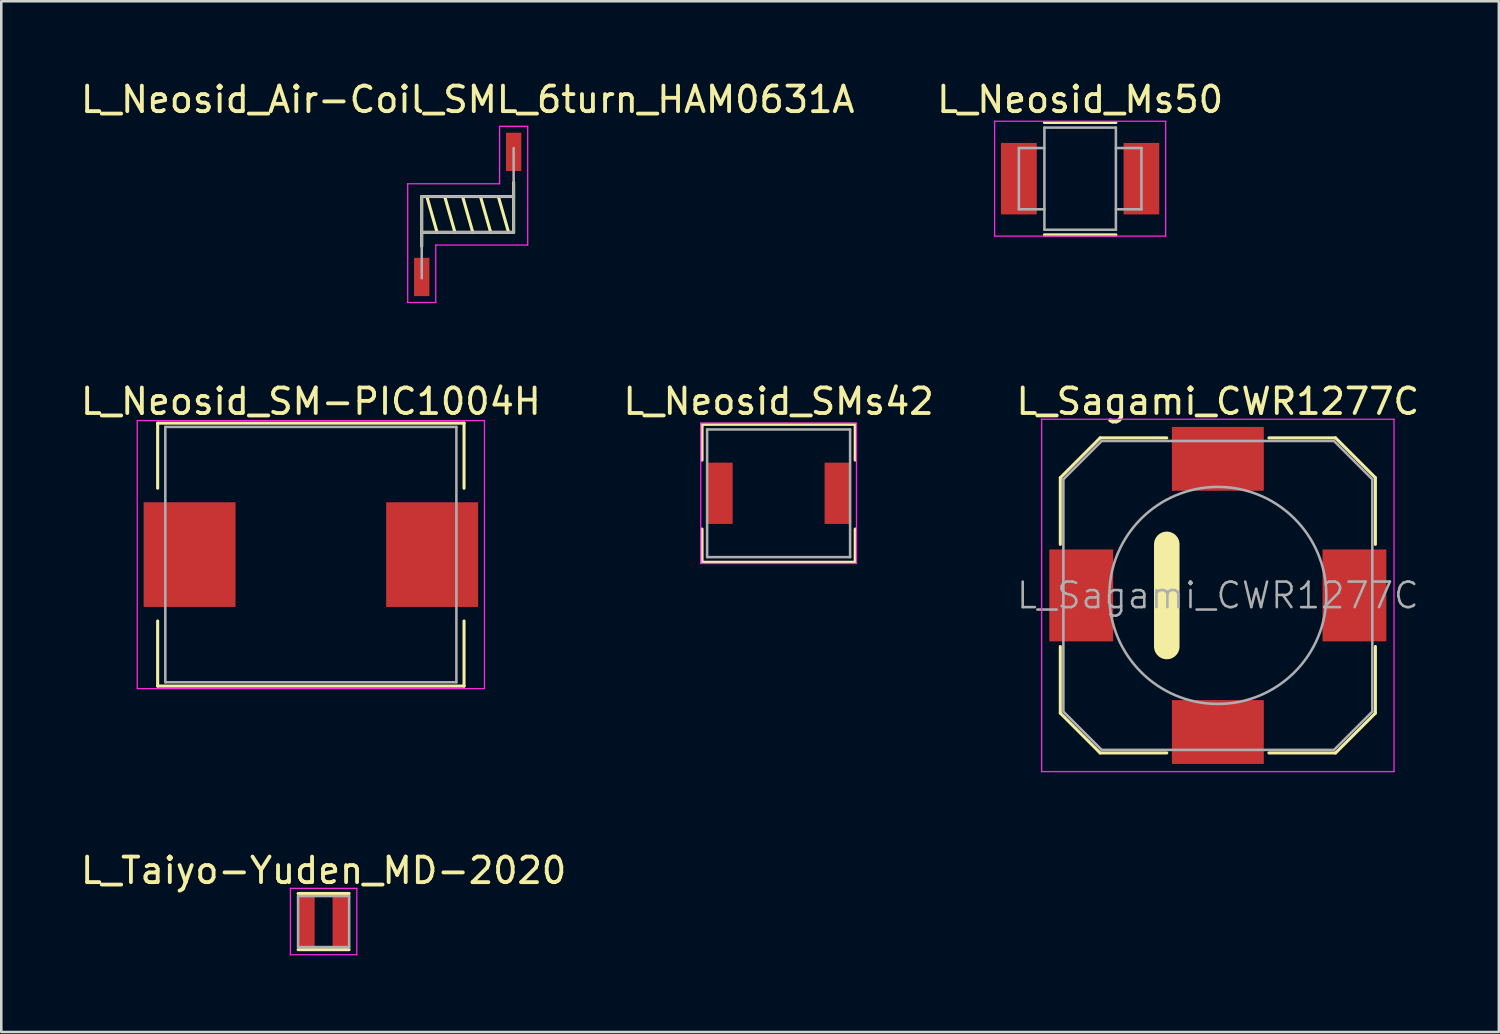
<source format=kicad_pcb>
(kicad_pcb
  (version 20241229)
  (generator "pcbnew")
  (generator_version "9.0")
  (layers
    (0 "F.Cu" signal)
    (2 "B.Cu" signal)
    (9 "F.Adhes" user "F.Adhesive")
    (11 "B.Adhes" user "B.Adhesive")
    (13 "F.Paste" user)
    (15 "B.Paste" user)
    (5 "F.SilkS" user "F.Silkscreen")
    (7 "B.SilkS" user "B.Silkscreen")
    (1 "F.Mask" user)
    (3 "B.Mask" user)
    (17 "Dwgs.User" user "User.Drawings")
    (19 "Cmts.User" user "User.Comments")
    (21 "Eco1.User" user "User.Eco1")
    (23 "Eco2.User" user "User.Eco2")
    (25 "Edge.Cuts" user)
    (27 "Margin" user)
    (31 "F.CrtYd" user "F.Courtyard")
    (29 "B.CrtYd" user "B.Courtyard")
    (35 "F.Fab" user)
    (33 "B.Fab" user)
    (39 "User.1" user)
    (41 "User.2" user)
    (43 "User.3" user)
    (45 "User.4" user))
  (footprint "L_Taiyo-Yuden_MD-2020"
    (layer "F.Cu")
    (at 9.625 33.045)
    (property "Reference" "L_Taiyo-Yuden_MD-2020" (at 0 -2 0) (layer "F.SilkS") (effects (font (size 1 1) (thickness 0.15))))
    (attr smd)
    (fp_line (start -1 -1.1) (end 1 -1.1) (stroke (width 0.12) (type solid)) (layer "F.SilkS"))
    (fp_line (start -1 1.1) (end 1 1.1) (stroke (width 0.12) (type solid)) (layer "F.SilkS"))
    (fp_line (start -1.3 -1.3) (end -1.3 1.3) (stroke (width 0.05) (type solid)) (layer "F.CrtYd"))
    (fp_line (start -1.3 1.3) (end 1.3 1.3) (stroke (width 0.05) (type solid)) (layer "F.CrtYd"))
    (fp_line (start 1.3 -1.3) (end -1.3 -1.3) (stroke (width 0.05) (type solid)) (layer "F.CrtYd"))
    (fp_line (start 1.3 1.3) (end 1.3 -1.3) (stroke (width 0.05) (type solid)) (layer "F.CrtYd"))
    (fp_line (start -1 -1) (end -1 1) (stroke (width 0.1) (type solid)) (layer "F.Fab"))
    (fp_line (start -1 1) (end 1 1) (stroke (width 0.1) (type solid)) (layer "F.Fab"))
    (fp_line (start 1 -1) (end -1 -1) (stroke (width 0.1) (type solid)) (layer "F.Fab"))
    (fp_line (start 1 1) (end 1 -1) (stroke (width 0.1) (type solid)) (layer "F.Fab"))
    (pad "1" smd rect (at -0.675 0) (size 0.65 2) (layers "F.Cu" "F.Mask" "F.Paste"))
    (pad "2" smd rect (at 0.675 0) (size 0.65 2) (layers "F.Cu" "F.Mask" "F.Paste")))
  (footprint "L_Neosid_Air-Coil_SML_6turn_HAM0631A"
    (layer "F.Cu")
    (at 15.268 5.348)
    (property "Reference" "L_Neosid_Air-Coil_SML_6turn_HAM0631A" (at 0 -4.5 0) (layer "F.SilkS") (effects (font (size 1 1) (thickness 0.15))))
    (attr smd)
    (fp_line (start -1.8 -0.7) (end -1.8 1.25) (stroke (width 0.12) (type solid)) (layer "F.SilkS"))
    (fp_line (start -1.8 -0.7) (end 1.8 -0.7) (stroke (width 0.12) (type solid)) (layer "F.SilkS"))
    (fp_line (start -1.6 -0.7) (end -1.2 0.7) (stroke (width 0.12) (type solid)) (layer "F.SilkS"))
    (fp_line (start -0.9 -0.7) (end -0.5 0.7) (stroke (width 0.12) (type solid)) (layer "F.SilkS"))
    (fp_line (start -0.2 -0.7) (end 0.2 0.7) (stroke (width 0.12) (type solid)) (layer "F.SilkS"))
    (fp_line (start 0.5 -0.7) (end 0.9 0.7) (stroke (width 0.12) (type solid)) (layer "F.SilkS"))
    (fp_line (start 1.2 -0.7) (end 1.6 0.7) (stroke (width 0.12) (type solid)) (layer "F.SilkS"))
    (fp_line (start 1.8 0.7) (end -1.8 0.7) (stroke (width 0.12) (type solid)) (layer "F.SilkS"))
    (fp_line (start 1.8 0.7) (end 1.8 -1.25) (stroke (width 0.12) (type solid)) (layer "F.SilkS"))
    (fp_line (start -2.35 -1.2) (end -2.35 3.45) (stroke (width 0.05) (type solid)) (layer "F.CrtYd"))
    (fp_line (start -2.35 3.45) (end -1.25 3.45) (stroke (width 0.05) (type solid)) (layer "F.CrtYd"))
    (fp_line (start -1.25 1.2) (end 2.35 1.2) (stroke (width 0.05) (type solid)) (layer "F.CrtYd"))
    (fp_line (start -1.25 3.45) (end -1.25 1.2) (stroke (width 0.05) (type solid)) (layer "F.CrtYd"))
    (fp_line (start 1.25 -3.45) (end 1.25 -1.2) (stroke (width 0.05) (type solid)) (layer "F.CrtYd"))
    (fp_line (start 1.25 -1.2) (end -2.35 -1.2) (stroke (width 0.05) (type solid)) (layer "F.CrtYd"))
    (fp_line (start 2.35 -3.45) (end 1.25 -3.45) (stroke (width 0.05) (type solid)) (layer "F.CrtYd"))
    (fp_line (start 2.35 1.2) (end 2.35 -3.45) (stroke (width 0.05) (type solid)) (layer "F.CrtYd"))
    (fp_line (start -1.8 -0.7) (end 1.8 -0.7) (stroke (width 0.1) (type solid)) (layer "F.Fab"))
    (fp_line (start -1.8 0.7) (end 1.8 0.7) (stroke (width 0.1) (type solid)) (layer "F.Fab"))
    (fp_line (start -1.8 2.5) (end -1.8 -0.7) (stroke (width 0.1) (type solid)) (layer "F.Fab"))
    (fp_line (start 1.8 0.7) (end 1.8 -2.6) (stroke (width 0.1) (type solid)) (layer "F.Fab"))
    (pad "1" smd rect (at -1.8 2.45) (size 0.6 1.5) (layers "F.Cu" "F.Mask" "F.Paste"))
    (pad "2" smd rect (at 1.8 -2.45) (size 0.6 1.5) (layers "F.Cu" "F.Mask" "F.Paste")))
  (footprint "L_Neosid_SM-PIC1004H"
    (layer "F.Cu")
    (at 9.125 18.672)
    (property "Reference" "L_Neosid_SM-PIC1004H" (at 0 -6 0) (layer "F.SilkS") (effects (font (size 1 1) (thickness 0.15))))
    (attr smd)
    (fp_line (start -6 -5.15) (end -6 -2.6) (stroke (width 0.12) (type solid)) (layer "F.SilkS"))
    (fp_line (start -6 2.6) (end -6 5.15) (stroke (width 0.12) (type solid)) (layer "F.SilkS"))
    (fp_line (start -6 5.15) (end 6 5.15) (stroke (width 0.12) (type solid)) (layer "F.SilkS"))
    (fp_line (start 6 -5.15) (end -6 -5.15) (stroke (width 0.12) (type solid)) (layer "F.SilkS"))
    (fp_line (start 6 -2.6) (end 6 -5.15) (stroke (width 0.12) (type solid)) (layer "F.SilkS"))
    (fp_line (start 6 5.15) (end 6 2.6) (stroke (width 0.12) (type solid)) (layer "F.SilkS"))
    (fp_line (start -6.8 -5.25) (end -6.8 5.25) (stroke (width 0.05) (type solid)) (layer "F.CrtYd"))
    (fp_line (start -6.8 -5.25) (end 6.8 -5.25) (stroke (width 0.05) (type solid)) (layer "F.CrtYd"))
    (fp_line (start 6.8 5.25) (end -6.8 5.25) (stroke (width 0.05) (type solid)) (layer "F.CrtYd"))
    (fp_line (start 6.8 5.25) (end 6.8 -5.25) (stroke (width 0.05) (type solid)) (layer "F.CrtYd"))
    (fp_line (start -5.7 -5) (end 5.7 -5) (stroke (width 0.1) (type solid)) (layer "F.Fab"))
    (fp_line (start -5.7 5) (end -5.7 -5) (stroke (width 0.1) (type solid)) (layer "F.Fab"))
    (fp_line (start 5.7 -5) (end 5.7 5) (stroke (width 0.1) (type solid)) (layer "F.Fab"))
    (fp_line (start 5.7 5) (end -5.7 5) (stroke (width 0.1) (type solid)) (layer "F.Fab"))
    (pad "1" smd rect (at -4.75 0) (size 3.6 4.1) (layers "F.Cu" "F.Mask" "F.Paste"))
    (pad "2" smd rect (at 4.75 0) (size 3.6 4.1) (layers "F.Cu" "F.Mask" "F.Paste")))
  (footprint "L_Neosid_SMs42"
    (layer "F.Cu")
    (at 27.446 16.271)
    (property "Reference" "L_Neosid_SMs42" (at 0 -3.6 0) (layer "F.SilkS") (effects (font (size 1 1) (thickness 0.15))))
    (attr smd)
    (fp_line (start -3 -2.7) (end 3 -2.7) (stroke (width 0.12) (type solid)) (layer "F.SilkS"))
    (fp_line (start -3 -1.3) (end -3 -2.7) (stroke (width 0.12) (type solid)) (layer "F.SilkS"))
    (fp_line (start -3 2.7) (end -3 1.4) (stroke (width 0.12) (type solid)) (layer "F.SilkS"))
    (fp_line (start 3 -2.7) (end 3 -1.3) (stroke (width 0.12) (type solid)) (layer "F.SilkS"))
    (fp_line (start 3 1.4) (end 3 2.7) (stroke (width 0.12) (type solid)) (layer "F.SilkS"))
    (fp_line (start 3 2.7) (end -3 2.7) (stroke (width 0.12) (type solid)) (layer "F.SilkS"))
    (fp_line (start -3.05 -2.75) (end -3.05 2.75) (stroke (width 0.05) (type solid)) (layer "F.CrtYd"))
    (fp_line (start -3.05 -2.75) (end 3.05 -2.75) (stroke (width 0.05) (type solid)) (layer "F.CrtYd"))
    (fp_line (start 3.05 2.75) (end -3.05 2.75) (stroke (width 0.05) (type solid)) (layer "F.CrtYd"))
    (fp_line (start 3.05 2.75) (end 3.05 -2.75) (stroke (width 0.05) (type solid)) (layer "F.CrtYd"))
    (fp_line (start -2.8 -2.5) (end 2.8 -2.5) (stroke (width 0.1) (type solid)) (layer "F.Fab"))
    (fp_line (start -2.8 2.5) (end -2.8 -2.5) (stroke (width 0.1) (type solid)) (layer "F.Fab"))
    (fp_line (start 2.8 -2.5) (end 2.8 2.5) (stroke (width 0.1) (type solid)) (layer "F.Fab"))
    (fp_line (start 2.8 2.5) (end -2.8 2.5) (stroke (width 0.1) (type solid)) (layer "F.Fab"))
    (pad "1" smd rect (at -2.3 0) (size 1 2.4) (layers "F.Cu" "F.Mask" "F.Paste"))
    (pad "2" smd rect (at 2.3 0) (size 1 2.4) (layers "F.Cu" "F.Mask" "F.Paste")))
  (footprint "L_Sagami_CWR1277C"
    (layer "F.Cu")
    (at 44.649 20.271)
    (property "Reference" "L_Sagami_CWR1277C" (at 0 -7.6 0) (layer "F.SilkS") (effects (font (size 1 1) (thickness 0.15))))
    (attr smd)
    (fp_line (start -6.17 -4.61) (end -6.17 -2) (stroke (width 0.12) (type solid)) (layer "F.SilkS"))
    (fp_line (start -6.17 2) (end -6.17 4.61) (stroke (width 0.12) (type solid)) (layer "F.SilkS"))
    (fp_line (start -4.61 -6.17) (end -6.17 -4.61) (stroke (width 0.12) (type solid)) (layer "F.SilkS"))
    (fp_line (start -4.61 -6.17) (end -2 -6.17) (stroke (width 0.12) (type solid)) (layer "F.SilkS"))
    (fp_line (start -4.61 6.17) (end -6.17 4.61) (stroke (width 0.12) (type solid)) (layer "F.SilkS"))
    (fp_line (start -4.61 6.17) (end -2 6.17) (stroke (width 0.12) (type solid)) (layer "F.SilkS"))
    (fp_line (start -2 -2) (end -2 2) (stroke (width 1) (type solid)) (layer "F.SilkS"))
    (fp_line (start 2 6.17) (end 4.61 6.17) (stroke (width 0.12) (type solid)) (layer "F.SilkS"))
    (fp_line (start 4.61 -6.17) (end 2 -6.17) (stroke (width 0.12) (type solid)) (layer "F.SilkS"))
    (fp_line (start 4.61 -6.17) (end 6.17 -4.61) (stroke (width 0.12) (type solid)) (layer "F.SilkS"))
    (fp_line (start 4.61 6.17) (end 6.17 4.61) (stroke (width 0.12) (type solid)) (layer "F.SilkS"))
    (fp_line (start 6.17 -2) (end 6.17 -4.61) (stroke (width 0.12) (type solid)) (layer "F.SilkS"))
    (fp_line (start 6.17 4.61) (end 6.17 2) (stroke (width 0.12) (type solid)) (layer "F.SilkS"))
    (fp_line (start -6.9 -6.9) (end -6.9 6.9) (stroke (width 0.05) (type solid)) (layer "F.CrtYd"))
    (fp_line (start -6.9 -6.9) (end 6.9 -6.9) (stroke (width 0.05) (type solid)) (layer "F.CrtYd"))
    (fp_line (start -6.9 6.9) (end 6.9 6.9) (stroke (width 0.05) (type solid)) (layer "F.CrtYd"))
    (fp_line (start 6.9 -6.9) (end 6.9 6.9) (stroke (width 0.05) (type solid)) (layer "F.CrtYd"))
    (fp_line (start -6.05 -4.55) (end -4.55 -6.05) (stroke (width 0.1) (type solid)) (layer "F.Fab"))
    (fp_line (start -6.05 4.55) (end -6.05 -4.55) (stroke (width 0.1) (type solid)) (layer "F.Fab"))
    (fp_line (start -6.05 4.55) (end -4.55 6.05) (stroke (width 0.1) (type solid)) (layer "F.Fab"))
    (fp_line (start -4.55 -6.05) (end 4.55 -6.05) (stroke (width 0.1) (type solid)) (layer "F.Fab"))
    (fp_line (start 4.55 -6.05) (end 6.05 -4.55) (stroke (width 0.1) (type solid)) (layer "F.Fab"))
    (fp_line (start 4.55 6.05) (end -4.55 6.05) (stroke (width 0.1) (type solid)) (layer "F.Fab"))
    (fp_line (start 4.55 6.05) (end 6.05 4.55) (stroke (width 0.1) (type solid)) (layer "F.Fab"))
    (fp_line (start 6.05 -4.55) (end 6.05 4.55) (stroke (width 0.1) (type solid)) (layer "F.Fab"))
    (fp_circle (center 0 0) (end 4.25 0) (stroke (width 0.1) (type solid)) (fill no) (layer "F.Fab"))
    (fp_text user "${REFERENCE}" (at 0 0 0) (layer "F.Fab") (effects (font (size 1 1) (thickness 0.1))))
    (pad "1" smd rect (at -5.35 0) (size 2.5 3.6) (layers "F.Cu" "F.Mask" "F.Paste"))
    (pad "1" smd rect (at 0 5.35) (size 3.6 2.5) (layers "F.Cu" "F.Mask" "F.Paste"))
    (pad "2" smd rect (at 0 -5.35) (size 3.6 2.5) (layers "F.Cu" "F.Mask" "F.Paste"))
    (pad "2" smd rect (at 5.35 0) (size 2.5 3.6) (layers "F.Cu" "F.Mask" "F.Paste")))
  (footprint "L_Neosid_Ms50"
    (layer "F.Cu")
    (at 39.256 3.948)
    (property "Reference" "L_Neosid_Ms50" (at 0 -3.1 0) (layer "F.SilkS") (effects (font (size 1 1) (thickness 0.15))))
    (attr smd)
    (fp_line (start -1.4 2.2) (end 1.4 2.2) (stroke (width 0.12) (type solid)) (layer "F.SilkS"))
    (fp_line (start 1.4 -2.2) (end -1.4 -2.2) (stroke (width 0.12) (type solid)) (layer "F.SilkS"))
    (fp_line (start -3.35 -2.25) (end -3.35 2.25) (stroke (width 0.05) (type solid)) (layer "F.CrtYd"))
    (fp_line (start -3.35 -2.25) (end 3.35 -2.25) (stroke (width 0.05) (type solid)) (layer "F.CrtYd"))
    (fp_line (start 3.35 2.25) (end -3.35 2.25) (stroke (width 0.05) (type solid)) (layer "F.CrtYd"))
    (fp_line (start 3.35 2.25) (end 3.35 -2.25) (stroke (width 0.05) (type solid)) (layer "F.CrtYd"))
    (fp_line (start -2.4 -1.2) (end -2.4 1.2) (stroke (width 0.1) (type solid)) (layer "F.Fab"))
    (fp_line (start -2.4 -1.2) (end -1.4 -1.2) (stroke (width 0.1) (type solid)) (layer "F.Fab"))
    (fp_line (start -2.4 1.2) (end -1.4 1.2) (stroke (width 0.1) (type solid)) (layer "F.Fab"))
    (fp_line (start -1.4 -2) (end -1.4 2) (stroke (width 0.1) (type solid)) (layer "F.Fab"))
    (fp_line (start -1.4 2) (end 1.4 2) (stroke (width 0.1) (type solid)) (layer "F.Fab"))
    (fp_line (start 1.4 -2) (end -1.4 -2) (stroke (width 0.1) (type solid)) (layer "F.Fab"))
    (fp_line (start 1.4 1.2) (end 2.4 1.2) (stroke (width 0.1) (type solid)) (layer "F.Fab"))
    (fp_line (start 1.4 2) (end 1.4 -2) (stroke (width 0.1) (type solid)) (layer "F.Fab"))
    (fp_line (start 2.4 -1.2) (end 1.4 -1.2) (stroke (width 0.1) (type solid)) (layer "F.Fab"))
    (fp_line (start 2.4 1.2) (end 2.4 -1.2) (stroke (width 0.1) (type solid)) (layer "F.Fab"))
    (pad "1" smd rect (at -2.4 0) (size 1.4 2.8) (layers "F.Cu" "F.Mask" "F.Paste"))
    (pad "2" smd rect (at 2.4 0) (size 1.4 2.8) (layers "F.Cu" "F.Mask" "F.Paste")))
  (gr_rect
    (start -3 -3)
    (end 55.655 37.37)
    (stroke (width 0.1) (type default))
    (fill no)
    (layer "Edge.Cuts")))
</source>
